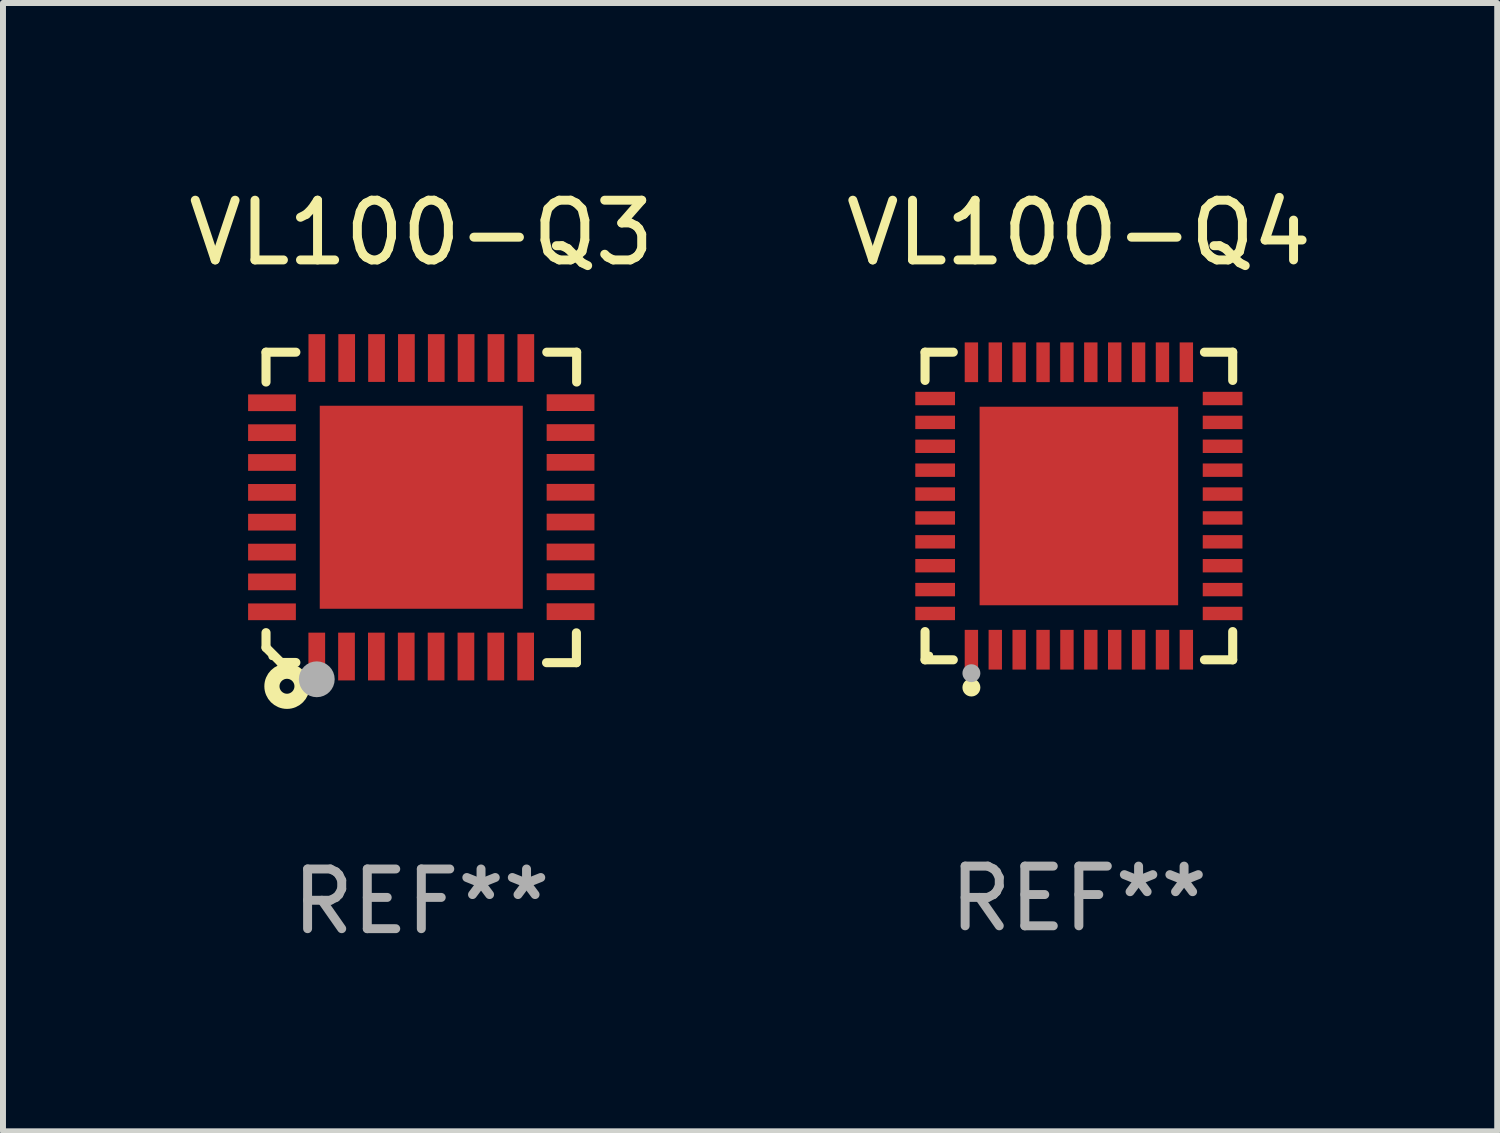
<source format=kicad_pcb>
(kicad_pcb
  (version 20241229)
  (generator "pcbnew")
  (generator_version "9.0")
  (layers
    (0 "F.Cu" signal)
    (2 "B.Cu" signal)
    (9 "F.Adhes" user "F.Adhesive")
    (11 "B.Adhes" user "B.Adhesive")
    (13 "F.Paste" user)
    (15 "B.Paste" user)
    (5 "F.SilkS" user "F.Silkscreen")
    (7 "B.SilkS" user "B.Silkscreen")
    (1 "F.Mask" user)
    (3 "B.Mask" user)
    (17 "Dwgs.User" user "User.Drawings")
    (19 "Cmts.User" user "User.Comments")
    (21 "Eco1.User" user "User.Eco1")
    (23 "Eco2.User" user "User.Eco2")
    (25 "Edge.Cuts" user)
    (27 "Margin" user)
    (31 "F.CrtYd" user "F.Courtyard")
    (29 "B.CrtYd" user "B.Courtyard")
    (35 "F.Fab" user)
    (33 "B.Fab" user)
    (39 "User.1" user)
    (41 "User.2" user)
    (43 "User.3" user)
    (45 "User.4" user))
  (footprint "VL100-Q3"
    (layer "F.Cu")
    (at 4.006 5.448)
    (property "Reference" "VL100-Q3" (at 0 -4.6 0) (layer "F.SilkS") (effects (font (size 1 1) (thickness 0.15))))
    (attr through_hole)
    (fp_line (start -2.601 2.097) (end -2.601 2.347) (stroke (width 0.152) (type solid)) (layer "F.SilkS"))
    (fp_line (start -2.601 2.347) (end -2.351 2.597) (stroke (width 0.152) (type solid)) (layer "F.SilkS"))
    (fp_line (start -2.601 -2.6) (end -2.601 -2.1) (stroke (width 0.152) (type solid)) (layer "F.SilkS"))
    (fp_line (start -2.601 -2.6) (end -2.101 -2.6) (stroke (width 0.152) (type solid)) (layer "F.SilkS"))
    (fp_line (start -2.351 2.597) (end -2.101 2.597) (stroke (width 0.152) (type solid)) (layer "F.SilkS"))
    (fp_line (start 2.597 2.6) (end 2.097 2.6) (stroke (width 0.152) (type solid)) (layer "F.SilkS"))
    (fp_line (start 2.597 2.6) (end 2.597 2.1) (stroke (width 0.152) (type solid)) (layer "F.SilkS"))
    (fp_line (start 2.601 -2.6) (end 2.101 -2.6) (stroke (width 0.152) (type solid)) (layer "F.SilkS"))
    (fp_line (start 2.601 -2.6) (end 2.601 -2.1) (stroke (width 0.152) (type solid)) (layer "F.SilkS"))
    (fp_circle (center -2.501 2.497) (end -2.471 2.497) (stroke (width 0.06) (type solid)) (fill no) (layer "F.SilkS"))
    (fp_circle (center -2.25 2.995) (end -2.125 2.995) (stroke (width 0.254) (type solid)) (fill no) (layer "F.SilkS"))
    (fp_circle (center -1.751 2.878) (end -1.601 2.878) (stroke (width 0.3) (type solid)) (fill no) (layer "F.Fab"))
    (fp_text user "REF**" (at 0 6.6 0) (layer "F.Fab") (effects (font (size 1 1) (thickness 0.15))))
    (pad "1" smd rect (at -1.751 2.497) (size 0.28 0.8) (layers "F.Cu" "F.Mask" "F.Paste"))
    (pad "2" smd rect (at -1.253 2.497) (size 0.28 0.8) (layers "F.Cu" "F.Mask" "F.Paste"))
    (pad "3" smd rect (at -0.753 2.497) (size 0.28 0.8) (layers "F.Cu" "F.Mask" "F.Paste"))
    (pad "4" smd rect (at -0.253 2.497) (size 0.28 0.8) (layers "F.Cu" "F.Mask" "F.Paste"))
    (pad "5" smd rect (at 0.247 2.497) (size 0.28 0.8) (layers "F.Cu" "F.Mask" "F.Paste"))
    (pad "6" smd rect (at 0.747 2.497) (size 0.28 0.8) (layers "F.Cu" "F.Mask" "F.Paste"))
    (pad "7" smd rect (at 1.247 2.497) (size 0.28 0.8) (layers "F.Cu" "F.Mask" "F.Paste"))
    (pad "8" smd rect (at 1.747 2.497) (size 0.28 0.8) (layers "F.Cu" "F.Mask" "F.Paste"))
    (pad "9" smd rect (at 2.499 1.746) (size 0.8 0.28) (layers "F.Cu" "F.Mask" "F.Paste"))
    (pad "10" smd rect (at 2.499 1.245) (size 0.8 0.28) (layers "F.Cu" "F.Mask" "F.Paste"))
    (pad "11" smd rect (at 2.499 0.746) (size 0.8 0.28) (layers "F.Cu" "F.Mask" "F.Paste"))
    (pad "12" smd rect (at 2.499 0.245) (size 0.8 0.28) (layers "F.Cu" "F.Mask" "F.Paste"))
    (pad "13" smd rect (at 2.499 -0.254) (size 0.8 0.28) (layers "F.Cu" "F.Mask" "F.Paste"))
    (pad "14" smd rect (at 2.499 -0.755) (size 0.8 0.28) (layers "F.Cu" "F.Mask" "F.Paste"))
    (pad "15" smd rect (at 2.499 -1.254) (size 0.8 0.28) (layers "F.Cu" "F.Mask" "F.Paste"))
    (pad "16" smd rect (at 2.499 -1.755) (size 0.8 0.28) (layers "F.Cu" "F.Mask" "F.Paste"))
    (pad "17" smd rect (at 1.75 -2.502) (size 0.28 0.8) (layers "F.Cu" "F.Mask" "F.Paste"))
    (pad "18" smd rect (at 1.25 -2.502) (size 0.28 0.8) (layers "F.Cu" "F.Mask" "F.Paste"))
    (pad "19" smd rect (at 0.75 -2.502) (size 0.28 0.8) (layers "F.Cu" "F.Mask" "F.Paste"))
    (pad "20" smd rect (at 0.25 -2.502) (size 0.28 0.8) (layers "F.Cu" "F.Mask" "F.Paste"))
    (pad "21" smd rect (at -0.25 -2.502) (size 0.28 0.8) (layers "F.Cu" "F.Mask" "F.Paste"))
    (pad "22" smd rect (at -0.75 -2.502) (size 0.28 0.8) (layers "F.Cu" "F.Mask" "F.Paste"))
    (pad "23" smd rect (at -1.25 -2.502) (size 0.28 0.8) (layers "F.Cu" "F.Mask" "F.Paste"))
    (pad "24" smd rect (at -1.75 -2.502) (size 0.28 0.8) (layers "F.Cu" "F.Mask" "F.Paste"))
    (pad "25" smd rect (at -2.501 -1.753) (size 0.8 0.28) (layers "F.Cu" "F.Mask" "F.Paste"))
    (pad "26" smd rect (at -2.501 -1.252) (size 0.8 0.28) (layers "F.Cu" "F.Mask" "F.Paste"))
    (pad "27" smd rect (at -2.501 -0.753) (size 0.8 0.28) (layers "F.Cu" "F.Mask" "F.Paste"))
    (pad "28" smd rect (at -2.501 -0.252) (size 0.8 0.28) (layers "F.Cu" "F.Mask" "F.Paste"))
    (pad "29" smd rect (at -2.501 0.247) (size 0.8 0.28) (layers "F.Cu" "F.Mask" "F.Paste"))
    (pad "30" smd rect (at -2.501 0.748) (size 0.8 0.28) (layers "F.Cu" "F.Mask" "F.Paste"))
    (pad "31" smd rect (at -2.501 1.247) (size 0.8 0.28) (layers "F.Cu" "F.Mask" "F.Paste"))
    (pad "32" smd rect (at -2.501 1.748) (size 0.8 0.28) (layers "F.Cu" "F.Mask" "F.Paste"))
    (pad "33" smd rect (at -0.001 -0.003 180) (size 3.4 3.4) (layers "F.Cu" "F.Mask" "F.Paste")))
  (footprint "VL100-Q4"
    (layer "F.Cu")
    (at 15.018 5.424)
    (property "Reference" "VL100-Q4" (at 0 -4.576 0) (layer "F.SilkS") (effects (font (size 1 1) (thickness 0.15))))
    (attr through_hole)
    (fp_line (start -2.576 -2.576) (end -2.103 -2.576) (stroke (width 0.152) (type solid)) (layer "F.SilkS"))
    (fp_line (start -2.576 -2.103) (end -2.576 -2.576) (stroke (width 0.152) (type solid)) (layer "F.SilkS"))
    (fp_line (start -2.576 2.103) (end -2.576 2.576) (stroke (width 0.152) (type solid)) (layer "F.SilkS"))
    (fp_line (start -2.576 2.576) (end -2.103 2.576) (stroke (width 0.152) (type solid)) (layer "F.SilkS"))
    (fp_line (start 2.576 -2.576) (end 2.103 -2.576) (stroke (width 0.152) (type solid)) (layer "F.SilkS"))
    (fp_line (start 2.576 -2.103) (end 2.576 -2.576) (stroke (width 0.152) (type solid)) (layer "F.SilkS"))
    (fp_line (start 2.576 2.103) (end 2.576 2.576) (stroke (width 0.152) (type solid)) (layer "F.SilkS"))
    (fp_line (start 2.576 2.576) (end 2.103 2.576) (stroke (width 0.152) (type solid)) (layer "F.SilkS"))
    (fp_circle (center -2.5 2.5) (end -2.47 2.5) (stroke (width 0.06) (type solid)) (fill no) (layer "F.SilkS"))
    (fp_circle (center -1.8 3.04) (end -1.725 3.04) (stroke (width 0.15) (type solid)) (fill no) (layer "F.SilkS"))
    (fp_circle (center -1.8 2.8) (end -1.725 2.8) (stroke (width 0.15) (type solid)) (fill no) (layer "F.Fab"))
    (fp_text user "REF**" (at 0 6.576 0) (layer "F.Fab") (effects (font (size 1 1) (thickness 0.15))))
    (pad "1" smd rect (at -1.8 2.407) (size 0.224 0.665) (layers "F.Cu" "F.Mask" "F.Paste"))
    (pad "2" smd rect (at -1.4 2.407) (size 0.224 0.665) (layers "F.Cu" "F.Mask" "F.Paste"))
    (pad "3" smd rect (at -1 2.407) (size 0.224 0.665) (layers "F.Cu" "F.Mask" "F.Paste"))
    (pad "4" smd rect (at -0.6 2.407) (size 0.224 0.665) (layers "F.Cu" "F.Mask" "F.Paste"))
    (pad "5" smd rect (at -0.2 2.407) (size 0.224 0.665) (layers "F.Cu" "F.Mask" "F.Paste"))
    (pad "6" smd rect (at 0.2 2.407) (size 0.224 0.665) (layers "F.Cu" "F.Mask" "F.Paste"))
    (pad "7" smd rect (at 0.6 2.407) (size 0.224 0.665) (layers "F.Cu" "F.Mask" "F.Paste"))
    (pad "8" smd rect (at 1 2.407) (size 0.224 0.665) (layers "F.Cu" "F.Mask" "F.Paste"))
    (pad "9" smd rect (at 1.4 2.407) (size 0.224 0.665) (layers "F.Cu" "F.Mask" "F.Paste"))
    (pad "10" smd rect (at 1.8 2.407) (size 0.224 0.665) (layers "F.Cu" "F.Mask" "F.Paste"))
    (pad "11" smd rect (at 2.407 1.8) (size 0.665 0.224) (layers "F.Cu" "F.Mask" "F.Paste"))
    (pad "12" smd rect (at 2.407 1.4) (size 0.665 0.224) (layers "F.Cu" "F.Mask" "F.Paste"))
    (pad "13" smd rect (at 2.407 1) (size 0.665 0.224) (layers "F.Cu" "F.Mask" "F.Paste"))
    (pad "14" smd rect (at 2.407 0.6) (size 0.665 0.224) (layers "F.Cu" "F.Mask" "F.Paste"))
    (pad "15" smd rect (at 2.407 0.2) (size 0.665 0.224) (layers "F.Cu" "F.Mask" "F.Paste"))
    (pad "16" smd rect (at 2.407 -0.2) (size 0.665 0.224) (layers "F.Cu" "F.Mask" "F.Paste"))
    (pad "17" smd rect (at 2.407 -0.6) (size 0.665 0.224) (layers "F.Cu" "F.Mask" "F.Paste"))
    (pad "18" smd rect (at 2.407 -1) (size 0.665 0.224) (layers "F.Cu" "F.Mask" "F.Paste"))
    (pad "19" smd rect (at 2.407 -1.4) (size 0.665 0.224) (layers "F.Cu" "F.Mask" "F.Paste"))
    (pad "20" smd rect (at 2.407 -1.8) (size 0.665 0.224) (layers "F.Cu" "F.Mask" "F.Paste"))
    (pad "21" smd rect (at 1.8 -2.407) (size 0.224 0.665) (layers "F.Cu" "F.Mask" "F.Paste"))
    (pad "22" smd rect (at 1.4 -2.407) (size 0.224 0.665) (layers "F.Cu" "F.Mask" "F.Paste"))
    (pad "23" smd rect (at 1 -2.407) (size 0.224 0.665) (layers "F.Cu" "F.Mask" "F.Paste"))
    (pad "24" smd rect (at 0.6 -2.407) (size 0.224 0.665) (layers "F.Cu" "F.Mask" "F.Paste"))
    (pad "25" smd rect (at 0.2 -2.407) (size 0.224 0.665) (layers "F.Cu" "F.Mask" "F.Paste"))
    (pad "26" smd rect (at -0.2 -2.407) (size 0.224 0.665) (layers "F.Cu" "F.Mask" "F.Paste"))
    (pad "27" smd rect (at -0.6 -2.407) (size 0.224 0.665) (layers "F.Cu" "F.Mask" "F.Paste"))
    (pad "28" smd rect (at -1 -2.407) (size 0.224 0.665) (layers "F.Cu" "F.Mask" "F.Paste"))
    (pad "29" smd rect (at -1.4 -2.407) (size 0.224 0.665) (layers "F.Cu" "F.Mask" "F.Paste"))
    (pad "30" smd rect (at -1.8 -2.407) (size 0.224 0.665) (layers "F.Cu" "F.Mask" "F.Paste"))
    (pad "31" smd rect (at -2.407 -1.8) (size 0.665 0.224) (layers "F.Cu" "F.Mask" "F.Paste"))
    (pad "32" smd rect (at -2.407 -1.4) (size 0.665 0.224) (layers "F.Cu" "F.Mask" "F.Paste"))
    (pad "33" smd rect (at -2.407 -1) (size 0.665 0.224) (layers "F.Cu" "F.Mask" "F.Paste"))
    (pad "34" smd rect (at -2.407 -0.6) (size 0.665 0.224) (layers "F.Cu" "F.Mask" "F.Paste"))
    (pad "35" smd rect (at -2.407 -0.2) (size 0.665 0.224) (layers "F.Cu" "F.Mask" "F.Paste"))
    (pad "36" smd rect (at -2.407 0.2) (size 0.665 0.224) (layers "F.Cu" "F.Mask" "F.Paste"))
    (pad "37" smd rect (at -2.407 0.6) (size 0.665 0.224) (layers "F.Cu" "F.Mask" "F.Paste"))
    (pad "38" smd rect (at -2.407 1) (size 0.665 0.224) (layers "F.Cu" "F.Mask" "F.Paste"))
    (pad "39" smd rect (at -2.407 1.4) (size 0.665 0.224) (layers "F.Cu" "F.Mask" "F.Paste"))
    (pad "40" smd rect (at -2.407 1.8) (size 0.665 0.224) (layers "F.Cu" "F.Mask" "F.Paste"))
    (pad "41" smd rect (at 0 0) (size 3.325 3.325) (layers "F.Cu" "F.Mask" "F.Paste")))
  (gr_rect
    (start -3 -3)
    (end 22.024 15.896)
    (stroke (width 0.1) (type default))
    (fill no)
    (layer "Edge.Cuts")))
</source>
